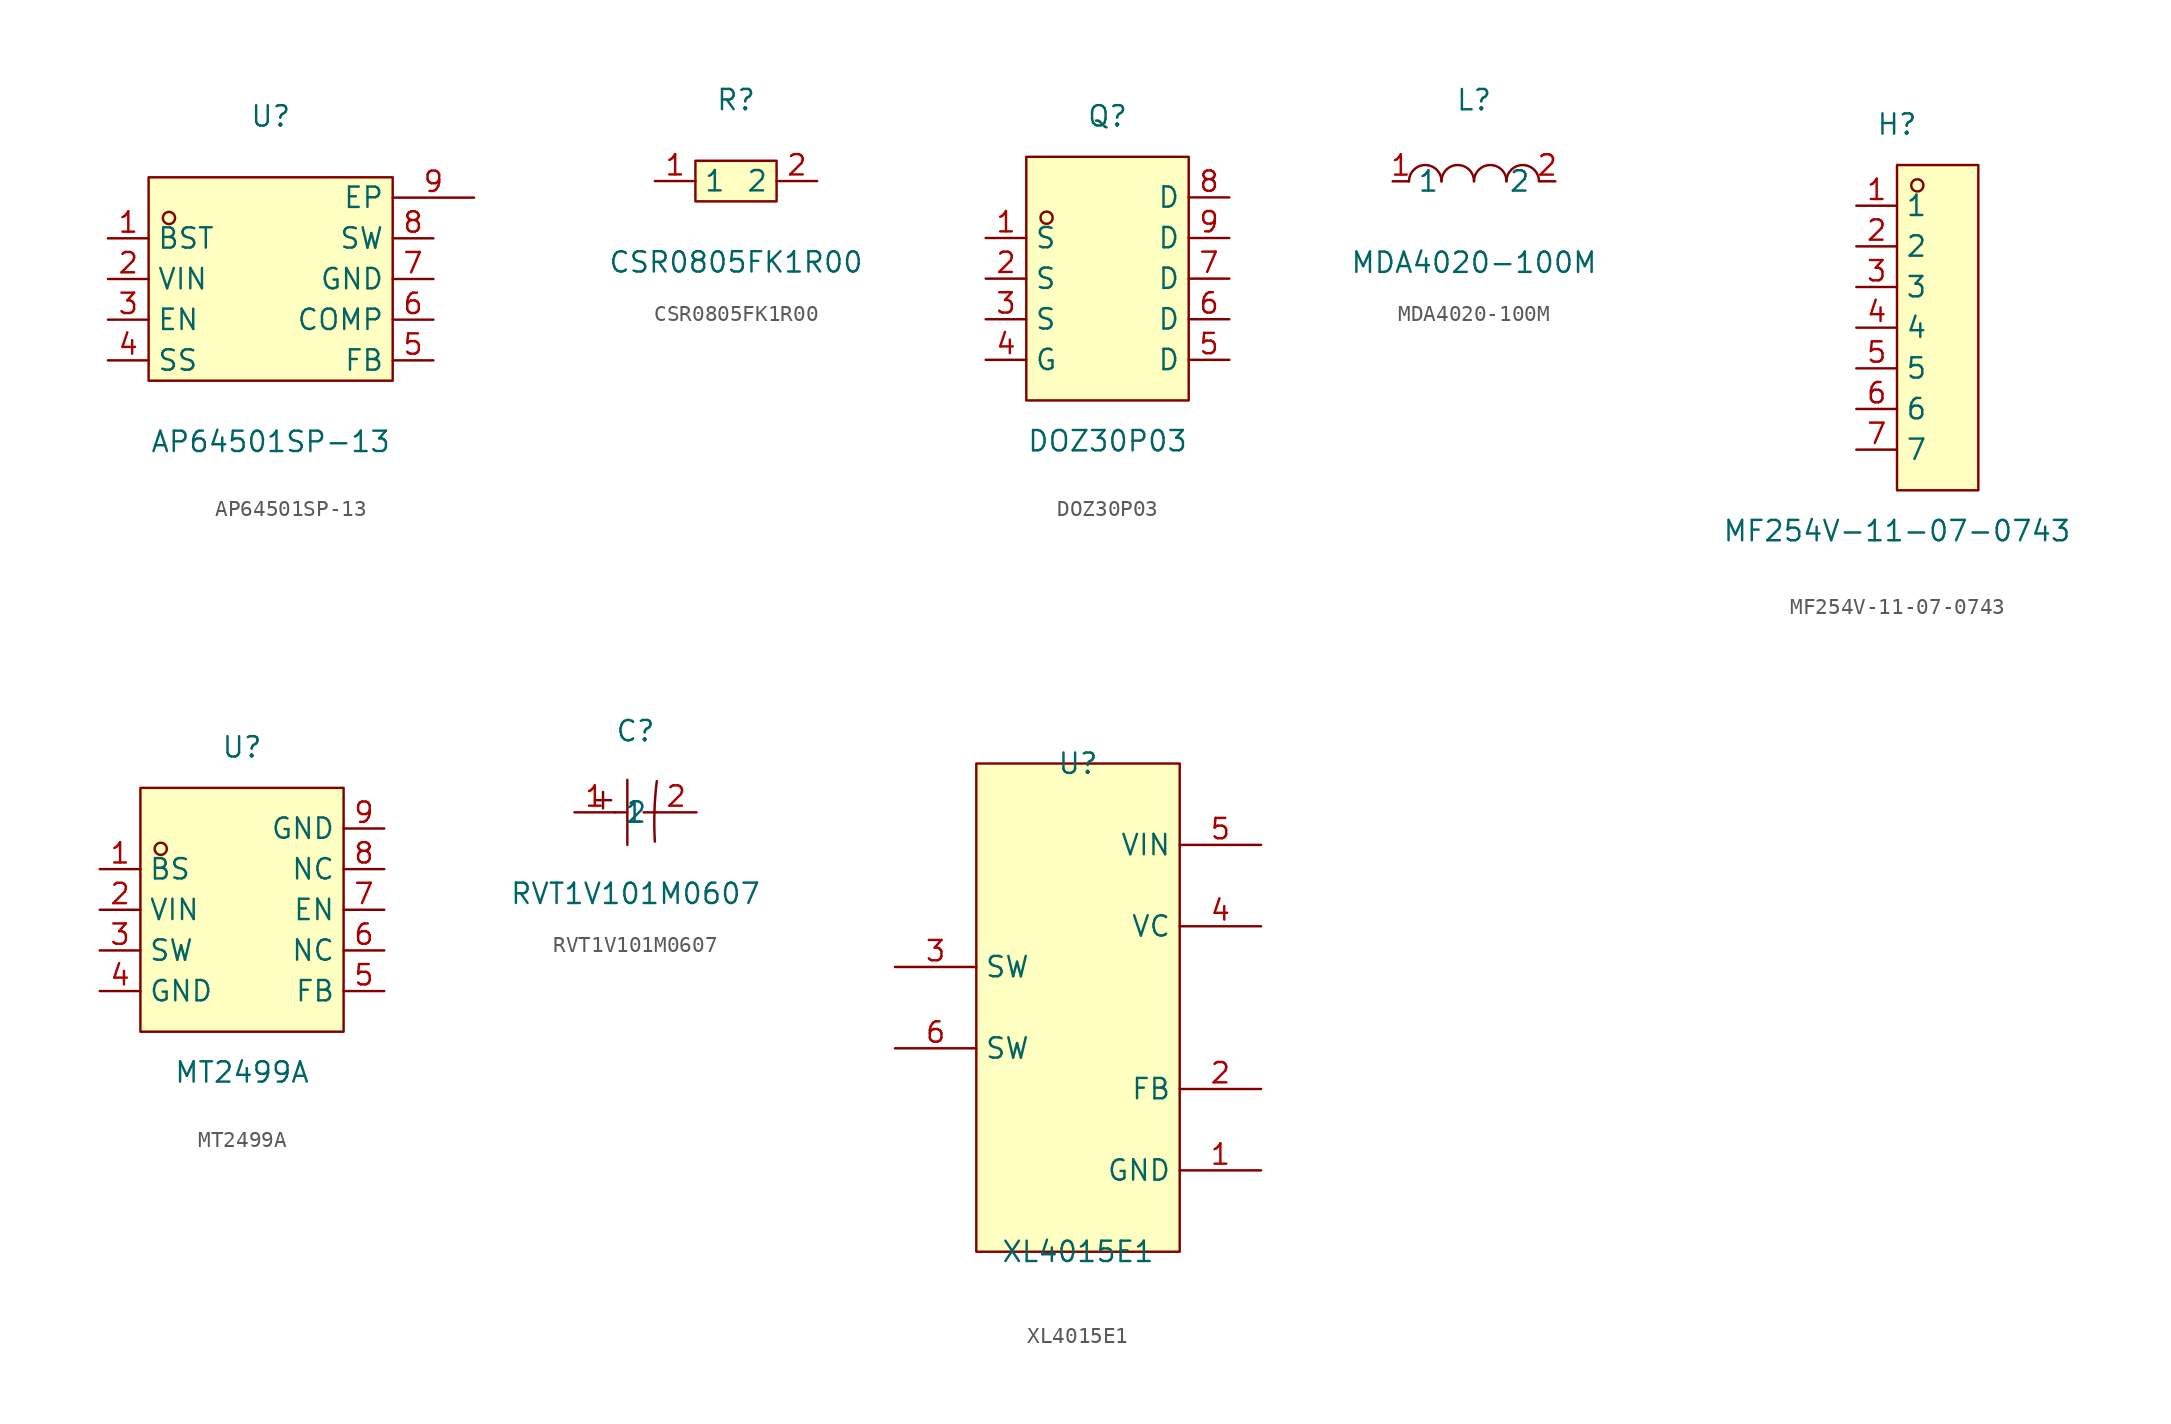
<source format=kicad_sym>
(kicad_symbol_lib
  (version 20211014)
  (generator https://github.com/uPesy/easyeda2kicad.py)
  (symbol "AP64501SP-13"
    (property "Reference" "U"
      (at 0 11.43 0)
      (effects (font (size 1.27 1.27))))
    (property "Value" "AP64501SP-13"
      (at 0 -8.89 0)
      (effects (font (size 1.27 1.27))))
    (symbol "AP64501SP-13_0_1"
      (rectangle (start -7.62 7.62) (end 7.62 -5.08) (stroke (width 0) (type default) (color 0 0 0 0)) (fill (type background)))
      (circle (center -6.35 5.08) (radius 0.38) (stroke (width 0) (type default) (color 0 0 0 0)) (fill (type none)))
      (pin unspecified line (at -10.16 3.81 0) (length 2.54) (name "BST" (effects (font (size 1.27 1.27)))) (number "1" (effects (font (size 1.27 1.27)))))
      (pin unspecified line (at -10.16 1.27 0) (length 2.54) (name "VIN" (effects (font (size 1.27 1.27)))) (number "2" (effects (font (size 1.27 1.27)))))
      (pin unspecified line (at -10.16 -1.27 0) (length 2.54) (name "EN" (effects (font (size 1.27 1.27)))) (number "3" (effects (font (size 1.27 1.27)))))
      (pin unspecified line (at -10.16 -3.81 0) (length 2.54) (name "SS" (effects (font (size 1.27 1.27)))) (number "4" (effects (font (size 1.27 1.27)))))
      (pin unspecified line (at 10.16 -3.81 180) (length 2.54) (name "FB" (effects (font (size 1.27 1.27)))) (number "5" (effects (font (size 1.27 1.27)))))
      (pin unspecified line (at 10.16 -1.27 180) (length 2.54) (name "COMP" (effects (font (size 1.27 1.27)))) (number "6" (effects (font (size 1.27 1.27)))))
      (pin unspecified line (at 10.16 1.27 180) (length 2.54) (name "GND" (effects (font (size 1.27 1.27)))) (number "7" (effects (font (size 1.27 1.27)))))
      (pin unspecified line (at 10.16 3.81 180) (length 2.54) (name "SW" (effects (font (size 1.27 1.27)))) (number "8" (effects (font (size 1.27 1.27)))))
      (pin unspecified line (at 12.70 6.35 180) (length 5.08) (name "EP" (effects (font (size 1.27 1.27)))) (number "9" (effects (font (size 1.27 1.27)))))))
  (symbol "CSR0805FK1R00"
    (property "Reference" "R"
      (at 0 5.08 0)
      (effects (font (size 1.27 1.27))))
    (property "Value" "CSR0805FK1R00"
      (at 0 -5.08 0)
      (effects (font (size 1.27 1.27))))
    (symbol "CSR0805FK1R00_0_1"
      (rectangle (start -2.54 1.27) (end 2.54 -1.27) (stroke (width 0) (type default) (color 0 0 0 0)) (fill (type background)))
      (pin unspecified line (at -5.08 -0.00 0) (length 2.54) (name "1" (effects (font (size 1.27 1.27)))) (number "1" (effects (font (size 1.27 1.27)))))
      (pin unspecified line (at 5.08 -0.00 180) (length 2.54) (name "2" (effects (font (size 1.27 1.27)))) (number "2" (effects (font (size 1.27 1.27)))))))
  (symbol "DOZ30P03"
    (property "Reference" "Q"
      (at 0 11.43 0)
      (effects (font (size 1.27 1.27))))
    (property "Value" "DOZ30P03"
      (at 0 -8.89 0)
      (effects (font (size 1.27 1.27))))
    (symbol "DOZ30P03_0_1"
      (rectangle (start -5.08 8.89) (end 5.08 -6.35) (stroke (width 0) (type default) (color 0 0 0 0)) (fill (type background)))
      (circle (center -3.81 5.08) (radius 0.38) (stroke (width 0) (type default) (color 0 0 0 0)) (fill (type none)))
      (pin unspecified line (at -7.62 3.81 0) (length 2.54) (name "S" (effects (font (size 1.27 1.27)))) (number "1" (effects (font (size 1.27 1.27)))))
      (pin unspecified line (at -7.62 1.27 0) (length 2.54) (name "S" (effects (font (size 1.27 1.27)))) (number "2" (effects (font (size 1.27 1.27)))))
      (pin unspecified line (at -7.62 -1.27 0) (length 2.54) (name "S" (effects (font (size 1.27 1.27)))) (number "3" (effects (font (size 1.27 1.27)))))
      (pin unspecified line (at -7.62 -3.81 0) (length 2.54) (name "G" (effects (font (size 1.27 1.27)))) (number "4" (effects (font (size 1.27 1.27)))))
      (pin unspecified line (at 7.62 -3.81 180) (length 2.54) (name "D" (effects (font (size 1.27 1.27)))) (number "5" (effects (font (size 1.27 1.27)))))
      (pin unspecified line (at 7.62 -1.27 180) (length 2.54) (name "D" (effects (font (size 1.27 1.27)))) (number "6" (effects (font (size 1.27 1.27)))))
      (pin unspecified line (at 7.62 1.27 180) (length 2.54) (name "D" (effects (font (size 1.27 1.27)))) (number "7" (effects (font (size 1.27 1.27)))))
      (pin unspecified line (at 7.62 3.81 180) (length 2.54) (name "D" (effects (font (size 1.27 1.27)))) (number "9" (effects (font (size 1.27 1.27)))))
      (pin unspecified line (at 7.62 6.35 180) (length 2.54) (name "D" (effects (font (size 1.27 1.27)))) (number "8" (effects (font (size 1.27 1.27)))))))
  (symbol "MDA4020-100M"
    (property "Reference" "L"
      (at 0 5.08 0)
      (effects (font (size 1.27 1.27))))
    (property "Value" "MDA4020-100M"
      (at 0 -5.08 0)
      (effects (font (size 1.27 1.27))))
    (symbol "MDA4020-100M_0_1"
      (arc (start -4.06 -0.01) (mid -2.83 0.99) (end -2.03 0.01) (stroke (width 0) (type default) (color 0 0 0 0)) (fill (type none)))
      (arc (start -2.03 -0.01) (mid -0.80 0.99) (end 0.00 0.01) (stroke (width 0) (type default) (color 0 0 0 0)) (fill (type none)))
      (arc (start 2.03 -0.01) (mid 3.26 0.99) (end 4.06 0.01) (stroke (width 0) (type default) (color 0 0 0 0)) (fill (type none)))
      (arc (start 0.00 -0.01) (mid 1.23 0.99) (end 2.03 0.01) (stroke (width 0) (type default) (color 0 0 0 0)) (fill (type none)))
      (pin unspecified line (at 5.08 -0.00 180) (length 1.016) (name "2" (effects (font (size 1.27 1.27)))) (number "2" (effects (font (size 1.27 1.27)))))
      (pin unspecified line (at -5.08 -0.00 0) (length 1.016) (name "1" (effects (font (size 1.27 1.27)))) (number "1" (effects (font (size 1.27 1.27)))))))
  (symbol "MF254V-11-07-0743"
    (property "Reference" "H"
      (at 0 12.70 0)
      (effects (font (size 1.27 1.27))))
    (property "Value" "MF254V-11-07-0743"
      (at 0 -12.70 0)
      (effects (font (size 1.27 1.27))))
    (symbol "MF254V-11-07-0743_0_1"
      (rectangle (start 0.00 10.16) (end 5.08 -10.16) (stroke (width 0) (type default) (color 0 0 0 0)) (fill (type background)))
      (circle (center 1.27 8.89) (radius 0.38) (stroke (width 0) (type default) (color 0 0 0 0)) (fill (type none)))
      (pin unspecified line (at -2.54 -7.62 0) (length 2.54) (name "7" (effects (font (size 1.27 1.27)))) (number "7" (effects (font (size 1.27 1.27)))))
      (pin unspecified line (at -2.54 -5.08 0) (length 2.54) (name "6" (effects (font (size 1.27 1.27)))) (number "6" (effects (font (size 1.27 1.27)))))
      (pin unspecified line (at -2.54 -2.54 0) (length 2.54) (name "5" (effects (font (size 1.27 1.27)))) (number "5" (effects (font (size 1.27 1.27)))))
      (pin unspecified line (at -2.54 -0.00 0) (length 2.54) (name "4" (effects (font (size 1.27 1.27)))) (number "4" (effects (font (size 1.27 1.27)))))
      (pin unspecified line (at -2.54 2.54 0) (length 2.54) (name "3" (effects (font (size 1.27 1.27)))) (number "3" (effects (font (size 1.27 1.27)))))
      (pin unspecified line (at -2.54 5.08 0) (length 2.54) (name "2" (effects (font (size 1.27 1.27)))) (number "2" (effects (font (size 1.27 1.27)))))
      (pin unspecified line (at -2.54 7.62 0) (length 2.54) (name "1" (effects (font (size 1.27 1.27)))) (number "1" (effects (font (size 1.27 1.27)))))))
  (symbol "MT2499A"
    (property "Reference" "U"
      (at 0 10.16 0)
      (effects (font (size 1.27 1.27))))
    (property "Value" "MT2499A"
      (at 0 -10.16 0)
      (effects (font (size 1.27 1.27))))
    (symbol "MT2499A_0_1"
      (rectangle (start -6.35 7.62) (end 6.35 -7.62) (stroke (width 0) (type default) (color 0 0 0 0)) (fill (type background)))
      (circle (center -5.08 3.81) (radius 0.38) (stroke (width 0) (type default) (color 0 0 0 0)) (fill (type none)))
      (pin unspecified line (at -8.89 2.54 0) (length 2.54) (name "BS" (effects (font (size 1.27 1.27)))) (number "1" (effects (font (size 1.27 1.27)))))
      (pin unspecified line (at -8.89 -0.00 0) (length 2.54) (name "VIN" (effects (font (size 1.27 1.27)))) (number "2" (effects (font (size 1.27 1.27)))))
      (pin unspecified line (at -8.89 -2.54 0) (length 2.54) (name "SW" (effects (font (size 1.27 1.27)))) (number "3" (effects (font (size 1.27 1.27)))))
      (pin unspecified line (at -8.89 -5.08 0) (length 2.54) (name "GND" (effects (font (size 1.27 1.27)))) (number "4" (effects (font (size 1.27 1.27)))))
      (pin unspecified line (at 8.89 -5.08 180) (length 2.54) (name "FB" (effects (font (size 1.27 1.27)))) (number "5" (effects (font (size 1.27 1.27)))))
      (pin unspecified line (at 8.89 -2.54 180) (length 2.54) (name "NC" (effects (font (size 1.27 1.27)))) (number "6" (effects (font (size 1.27 1.27)))))
      (pin unspecified line (at 8.89 -0.00 180) (length 2.54) (name "EN" (effects (font (size 1.27 1.27)))) (number "7" (effects (font (size 1.27 1.27)))))
      (pin unspecified line (at 8.89 2.54 180) (length 2.54) (name "NC" (effects (font (size 1.27 1.27)))) (number "8" (effects (font (size 1.27 1.27)))))
      (pin unspecified line (at 8.89 5.08 180) (length 2.54) (name "GND" (effects (font (size 1.27 1.27)))) (number "9" (effects (font (size 1.27 1.27)))))))
  (symbol "RVT1V101M0607"
    (property "Reference" "C"
      (at 0 5.08 0)
      (effects (font (size 1.27 1.27))))
    (property "Value" "RVT1V101M0607"
      (at 0 -5.08 0)
      (effects (font (size 1.27 1.27))))
    (symbol "RVT1V101M0607_0_1"
      (arc (start 1.33 1.95) (mid 1.22 -1.99) (end 1.21 -1.83) (stroke (width 0) (type default) (color 0 0 0 0)) (fill (type none)))
      (polyline (pts (xy -0.51 2.03) (xy -0.51 -2.03)) (stroke (width 0) (type default) (color 0 0 0 0)) (fill (type none)))
      (polyline (pts (xy -1.27 -0.00) (xy -0.51 -0.00)) (stroke (width 0) (type default) (color 0 0 0 0)) (fill (type none)))
      (polyline (pts (xy 0.51 -0.00) (xy 1.27 -0.00)) (stroke (width 0) (type default) (color 0 0 0 0)) (fill (type none)))
      (polyline (pts (xy -2.54 0.76) (xy -1.52 0.76)) (stroke (width 0) (type default) (color 0 0 0 0)) (fill (type none)))
      (polyline (pts (xy -2.03 1.27) (xy -2.03 0.25)) (stroke (width 0) (type default) (color 0 0 0 0)) (fill (type none)))
      (pin input line (at -3.81 -0.00 0) (length 2.54) (name "1" (effects (font (size 1.27 1.27)))) (number "1" (effects (font (size 1.27 1.27)))))
      (pin input line (at 3.81 -0.00 180) (length 2.54) (name "2" (effects (font (size 1.27 1.27)))) (number "2" (effects (font (size 1.27 1.27)))))))
  (symbol "XL4015E1"
    (property "Reference" "U"
      (at 0 15.24 0)
      (effects (font (size 1.27 1.27))))
    (property "Value" "XL4015E1"
      (at 0 -15.24 0)
      (effects (font (size 1.27 1.27))))
    (symbol "XL4015E1_0_1"
      (rectangle (start -6.35 15.24) (end 6.35 -15.24) (stroke (width 0) (type default) (color 0 0 0 0)) (fill (type background)))
      (pin unspecified line (at 11.43 -10.16 180) (length 5.08) (name "GND" (effects (font (size 1.27 1.27)))) (number "1" (effects (font (size 1.27 1.27)))))
      (pin unspecified line (at 11.43 -5.08 180) (length 5.08) (name "FB" (effects (font (size 1.27 1.27)))) (number "2" (effects (font (size 1.27 1.27)))))
      (pin unspecified line (at -11.43 2.54 0) (length 5.08) (name "SW" (effects (font (size 1.27 1.27)))) (number "3" (effects (font (size 1.27 1.27)))))
      (pin unspecified line (at 11.43 5.08 180) (length 5.08) (name "VC" (effects (font (size 1.27 1.27)))) (number "4" (effects (font (size 1.27 1.27)))))
      (pin unspecified line (at 11.43 10.16 180) (length 5.08) (name "VIN" (effects (font (size 1.27 1.27)))) (number "5" (effects (font (size 1.27 1.27)))))
      (pin unspecified line (at -11.43 -2.54 0) (length 5.08) (name "SW" (effects (font (size 1.27 1.27)))) (number "6" (effects (font (size 1.27 1.27))))))))
</source>
